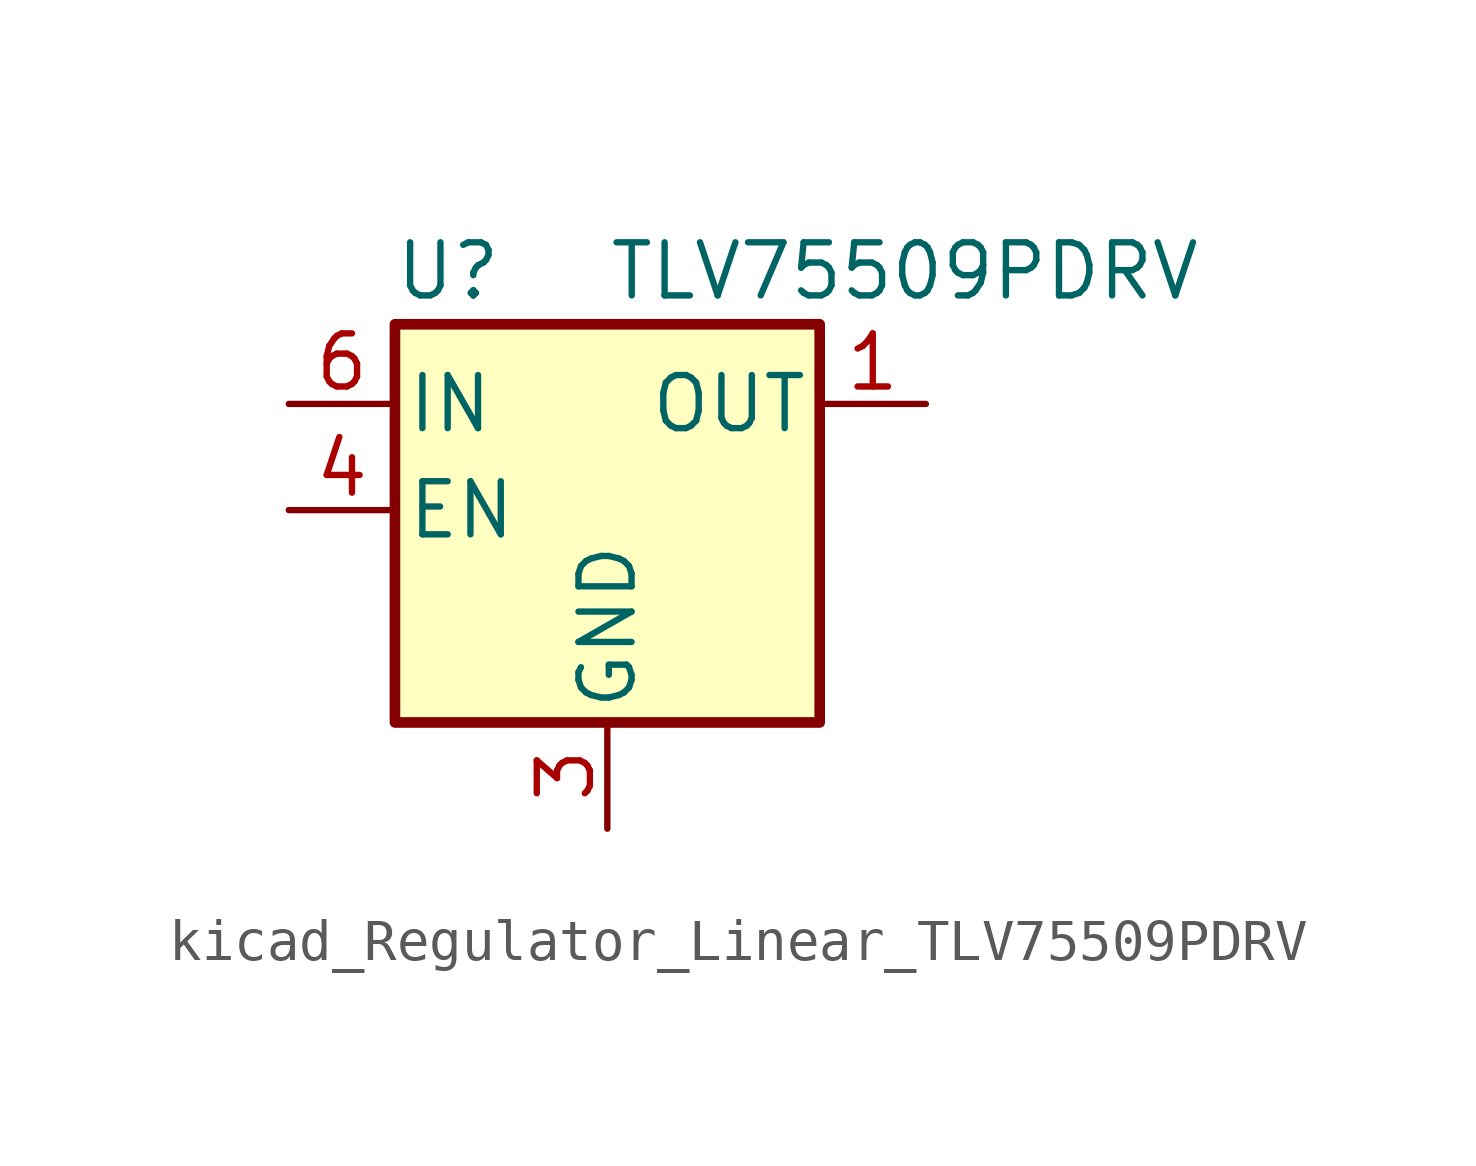
<source format=kicad_sym>
(kicad_symbol_lib
  (version 20220914)
  (generator kicad_symbol_editor)
  (symbol "kicad_Regulator_Linear_TLV75509PDRV"
    (pin_names
      (offset 0.254))
    (property "Reference" "U"
      (at -3.81 5.715 0)
      (effects (font (size 1.27 1.27))))
    (property "Value" "TLV75509PDRV"
      (at 0 5.715 0)
      (effects (font (size 1.27 1.27)) (justify left)))
    (symbol "kicad_Regulator_Linear_TLV75509PDRV_0_1"
      (rectangle (start -5.08 4.445) (end 5.08 -5.08) (stroke (width 0.254) (type default)) (fill (type background))))
    (symbol "kicad_Regulator_Linear_TLV75509PDRV_1_1"
      (pin power_out line (at 7.62 2.54 180) (length 2.54) (name "OUT" (effects (font (size 1.27 1.27)))) (number "1" (effects (font (size 1.27 1.27)))))
      (pin no_connect line (at 5.08 0 180) (length 2.54) hide (name "NC" (effects (font (size 1.27 1.27)))) (number "2" (effects (font (size 1.27 1.27)))))
      (pin power_in line (at 0 -7.62 90) (length 2.54) (name "GND" (effects (font (size 1.27 1.27)))) (number "3" (effects (font (size 1.27 1.27)))))
      (pin input line (at -7.62 0 0) (length 2.54) (name "EN" (effects (font (size 1.27 1.27)))) (number "4" (effects (font (size 1.27 1.27)))))
      (pin no_connect line (at 5.08 -2.54 180) (length 2.54) hide (name "NC" (effects (font (size 1.27 1.27)))) (number "5" (effects (font (size 1.27 1.27)))))
      (pin power_in line (at -7.62 2.54 0) (length 2.54) (name "IN" (effects (font (size 1.27 1.27)))) (number "6" (effects (font (size 1.27 1.27)))))
      (pin passive line (at 0 -7.62 90) (length 2.54) hide (name "GND" (effects (font (size 1.27 1.27)))) (number "7" (effects (font (size 1.27 1.27))))))))
</source>
